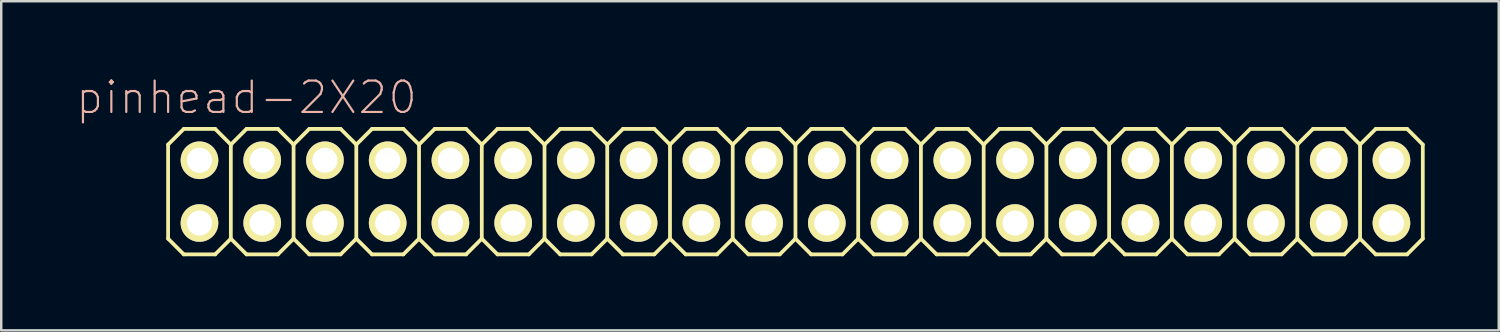
<source format=kicad_pcb>
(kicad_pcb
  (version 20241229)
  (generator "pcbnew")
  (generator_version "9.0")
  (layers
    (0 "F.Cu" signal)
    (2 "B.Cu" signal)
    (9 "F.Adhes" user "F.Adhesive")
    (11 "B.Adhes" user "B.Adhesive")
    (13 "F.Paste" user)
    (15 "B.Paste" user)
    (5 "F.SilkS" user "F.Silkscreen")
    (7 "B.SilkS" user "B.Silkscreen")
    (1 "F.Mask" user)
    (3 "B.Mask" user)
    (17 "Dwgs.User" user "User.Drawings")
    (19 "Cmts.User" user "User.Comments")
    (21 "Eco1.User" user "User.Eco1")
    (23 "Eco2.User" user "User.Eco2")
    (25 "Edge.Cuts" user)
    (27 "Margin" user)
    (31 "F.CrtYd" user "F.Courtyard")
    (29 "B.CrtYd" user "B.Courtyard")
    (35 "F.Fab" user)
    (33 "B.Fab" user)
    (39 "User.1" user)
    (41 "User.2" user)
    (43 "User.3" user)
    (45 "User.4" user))
  (footprint "pinhead-2X20"
    (layer "F.Cu")
    (at 29.156 4.709)
    (property "Reference" "pinhead-2X20" (at -22.225 -3.81 0) (layer "B.SilkS") (effects (font (size 1.27 1.27) (thickness 0.089))))
    (attr exclude_from_pos_files exclude_from_bom)
    (fp_line (start -25.4 -1.905) (end -24.765 -2.54) (stroke (width 0.152) (type solid)) (layer "F.SilkS"))
    (fp_line (start -25.4 1.905) (end -25.4 -1.905) (stroke (width 0.152) (type solid)) (layer "F.SilkS"))
    (fp_line (start -25.4 1.905) (end -24.765 2.54) (stroke (width 0.152) (type solid)) (layer "F.SilkS"))
    (fp_line (start -24.765 -2.54) (end -23.495 -2.54) (stroke (width 0.152) (type solid)) (layer "F.SilkS"))
    (fp_line (start -24.765 2.54) (end -23.495 2.54) (stroke (width 0.152) (type solid)) (layer "F.SilkS"))
    (fp_line (start -24.384 -1.524) (end -23.876 -1.524) (stroke (width 0.066) (type solid)) (layer "F.SilkS"))
    (fp_line (start -24.384 -1.016) (end -24.384 -1.524) (stroke (width 0.066) (type solid)) (layer "F.SilkS"))
    (fp_line (start -24.384 -1.016) (end -23.876 -1.016) (stroke (width 0.066) (type solid)) (layer "F.SilkS"))
    (fp_line (start -24.384 1.016) (end -23.876 1.016) (stroke (width 0.066) (type solid)) (layer "F.SilkS"))
    (fp_line (start -24.384 1.524) (end -24.384 1.016) (stroke (width 0.066) (type solid)) (layer "F.SilkS"))
    (fp_line (start -24.384 1.524) (end -23.876 1.524) (stroke (width 0.066) (type solid)) (layer "F.SilkS"))
    (fp_line (start -23.876 -1.016) (end -23.876 -1.524) (stroke (width 0.066) (type solid)) (layer "F.SilkS"))
    (fp_line (start -23.876 1.524) (end -23.876 1.016) (stroke (width 0.066) (type solid)) (layer "F.SilkS"))
    (fp_line (start -23.495 -2.54) (end -22.86 -1.905) (stroke (width 0.152) (type solid)) (layer "F.SilkS"))
    (fp_line (start -23.495 2.54) (end -22.86 1.905) (stroke (width 0.152) (type solid)) (layer "F.SilkS"))
    (fp_line (start -22.86 -1.905) (end -22.86 1.905) (stroke (width 0.152) (type solid)) (layer "F.SilkS"))
    (fp_line (start -22.86 -1.905) (end -22.225 -2.54) (stroke (width 0.152) (type solid)) (layer "F.SilkS"))
    (fp_line (start -22.86 1.905) (end -22.225 2.54) (stroke (width 0.152) (type solid)) (layer "F.SilkS"))
    (fp_line (start -22.225 -2.54) (end -20.955 -2.54) (stroke (width 0.152) (type solid)) (layer "F.SilkS"))
    (fp_line (start -22.225 2.54) (end -20.955 2.54) (stroke (width 0.152) (type solid)) (layer "F.SilkS"))
    (fp_line (start -21.844 -1.524) (end -21.336 -1.524) (stroke (width 0.066) (type solid)) (layer "F.SilkS"))
    (fp_line (start -21.844 -1.016) (end -21.844 -1.524) (stroke (width 0.066) (type solid)) (layer "F.SilkS"))
    (fp_line (start -21.844 -1.016) (end -21.336 -1.016) (stroke (width 0.066) (type solid)) (layer "F.SilkS"))
    (fp_line (start -21.844 1.016) (end -21.336 1.016) (stroke (width 0.066) (type solid)) (layer "F.SilkS"))
    (fp_line (start -21.844 1.524) (end -21.844 1.016) (stroke (width 0.066) (type solid)) (layer "F.SilkS"))
    (fp_line (start -21.844 1.524) (end -21.336 1.524) (stroke (width 0.066) (type solid)) (layer "F.SilkS"))
    (fp_line (start -21.336 -1.016) (end -21.336 -1.524) (stroke (width 0.066) (type solid)) (layer "F.SilkS"))
    (fp_line (start -21.336 1.524) (end -21.336 1.016) (stroke (width 0.066) (type solid)) (layer "F.SilkS"))
    (fp_line (start -20.955 -2.54) (end -20.32 -1.905) (stroke (width 0.152) (type solid)) (layer "F.SilkS"))
    (fp_line (start -20.955 2.54) (end -20.32 1.905) (stroke (width 0.152) (type solid)) (layer "F.SilkS"))
    (fp_line (start -20.32 -1.905) (end -20.32 1.905) (stroke (width 0.152) (type solid)) (layer "F.SilkS"))
    (fp_line (start -20.32 -1.905) (end -19.685 -2.54) (stroke (width 0.152) (type solid)) (layer "F.SilkS"))
    (fp_line (start -20.32 1.905) (end -19.685 2.54) (stroke (width 0.152) (type solid)) (layer "F.SilkS"))
    (fp_line (start -19.685 -2.54) (end -18.415 -2.54) (stroke (width 0.152) (type solid)) (layer "F.SilkS"))
    (fp_line (start -19.685 2.54) (end -18.415 2.54) (stroke (width 0.152) (type solid)) (layer "F.SilkS"))
    (fp_line (start -19.304 -1.524) (end -18.796 -1.524) (stroke (width 0.066) (type solid)) (layer "F.SilkS"))
    (fp_line (start -19.304 -1.016) (end -19.304 -1.524) (stroke (width 0.066) (type solid)) (layer "F.SilkS"))
    (fp_line (start -19.304 -1.016) (end -18.796 -1.016) (stroke (width 0.066) (type solid)) (layer "F.SilkS"))
    (fp_line (start -19.304 1.016) (end -18.796 1.016) (stroke (width 0.066) (type solid)) (layer "F.SilkS"))
    (fp_line (start -19.304 1.524) (end -19.304 1.016) (stroke (width 0.066) (type solid)) (layer "F.SilkS"))
    (fp_line (start -19.304 1.524) (end -18.796 1.524) (stroke (width 0.066) (type solid)) (layer "F.SilkS"))
    (fp_line (start -18.796 -1.016) (end -18.796 -1.524) (stroke (width 0.066) (type solid)) (layer "F.SilkS"))
    (fp_line (start -18.796 1.524) (end -18.796 1.016) (stroke (width 0.066) (type solid)) (layer "F.SilkS"))
    (fp_line (start -18.415 -2.54) (end -17.78 -1.905) (stroke (width 0.152) (type solid)) (layer "F.SilkS"))
    (fp_line (start -18.415 2.54) (end -17.78 1.905) (stroke (width 0.152) (type solid)) (layer "F.SilkS"))
    (fp_line (start -17.78 -1.905) (end -17.78 1.905) (stroke (width 0.152) (type solid)) (layer "F.SilkS"))
    (fp_line (start -17.78 -1.905) (end -17.145 -2.54) (stroke (width 0.152) (type solid)) (layer "F.SilkS"))
    (fp_line (start -17.78 1.905) (end -17.145 2.54) (stroke (width 0.152) (type solid)) (layer "F.SilkS"))
    (fp_line (start -17.145 -2.54) (end -15.875 -2.54) (stroke (width 0.152) (type solid)) (layer "F.SilkS"))
    (fp_line (start -17.145 2.54) (end -15.875 2.54) (stroke (width 0.152) (type solid)) (layer "F.SilkS"))
    (fp_line (start -16.764 -1.524) (end -16.256 -1.524) (stroke (width 0.066) (type solid)) (layer "F.SilkS"))
    (fp_line (start -16.764 -1.016) (end -16.764 -1.524) (stroke (width 0.066) (type solid)) (layer "F.SilkS"))
    (fp_line (start -16.764 -1.016) (end -16.256 -1.016) (stroke (width 0.066) (type solid)) (layer "F.SilkS"))
    (fp_line (start -16.764 1.016) (end -16.256 1.016) (stroke (width 0.066) (type solid)) (layer "F.SilkS"))
    (fp_line (start -16.764 1.524) (end -16.764 1.016) (stroke (width 0.066) (type solid)) (layer "F.SilkS"))
    (fp_line (start -16.764 1.524) (end -16.256 1.524) (stroke (width 0.066) (type solid)) (layer "F.SilkS"))
    (fp_line (start -16.256 -1.016) (end -16.256 -1.524) (stroke (width 0.066) (type solid)) (layer "F.SilkS"))
    (fp_line (start -16.256 1.524) (end -16.256 1.016) (stroke (width 0.066) (type solid)) (layer "F.SilkS"))
    (fp_line (start -15.875 -2.54) (end -15.24 -1.905) (stroke (width 0.152) (type solid)) (layer "F.SilkS"))
    (fp_line (start -15.875 2.54) (end -15.24 1.905) (stroke (width 0.152) (type solid)) (layer "F.SilkS"))
    (fp_line (start -15.24 -1.905) (end -15.24 1.905) (stroke (width 0.152) (type solid)) (layer "F.SilkS"))
    (fp_line (start -15.24 -1.905) (end -14.605 -2.54) (stroke (width 0.152) (type solid)) (layer "F.SilkS"))
    (fp_line (start -15.24 1.905) (end -14.605 2.54) (stroke (width 0.152) (type solid)) (layer "F.SilkS"))
    (fp_line (start -14.605 -2.54) (end -13.335 -2.54) (stroke (width 0.152) (type solid)) (layer "F.SilkS"))
    (fp_line (start -14.605 2.54) (end -13.335 2.54) (stroke (width 0.152) (type solid)) (layer "F.SilkS"))
    (fp_line (start -14.224 -1.524) (end -13.716 -1.524) (stroke (width 0.066) (type solid)) (layer "F.SilkS"))
    (fp_line (start -14.224 -1.016) (end -14.224 -1.524) (stroke (width 0.066) (type solid)) (layer "F.SilkS"))
    (fp_line (start -14.224 -1.016) (end -13.716 -1.016) (stroke (width 0.066) (type solid)) (layer "F.SilkS"))
    (fp_line (start -14.224 1.016) (end -13.716 1.016) (stroke (width 0.066) (type solid)) (layer "F.SilkS"))
    (fp_line (start -14.224 1.524) (end -14.224 1.016) (stroke (width 0.066) (type solid)) (layer "F.SilkS"))
    (fp_line (start -14.224 1.524) (end -13.716 1.524) (stroke (width 0.066) (type solid)) (layer "F.SilkS"))
    (fp_line (start -13.716 -1.016) (end -13.716 -1.524) (stroke (width 0.066) (type solid)) (layer "F.SilkS"))
    (fp_line (start -13.716 1.524) (end -13.716 1.016) (stroke (width 0.066) (type solid)) (layer "F.SilkS"))
    (fp_line (start -13.335 -2.54) (end -12.7 -1.905) (stroke (width 0.152) (type solid)) (layer "F.SilkS"))
    (fp_line (start -13.335 2.54) (end -12.7 1.905) (stroke (width 0.152) (type solid)) (layer "F.SilkS"))
    (fp_line (start -12.7 -1.905) (end -12.7 1.905) (stroke (width 0.152) (type solid)) (layer "F.SilkS"))
    (fp_line (start -12.7 -1.905) (end -12.065 -2.54) (stroke (width 0.152) (type solid)) (layer "F.SilkS"))
    (fp_line (start -12.7 1.905) (end -12.065 2.54) (stroke (width 0.152) (type solid)) (layer "F.SilkS"))
    (fp_line (start -12.065 -2.54) (end -10.795 -2.54) (stroke (width 0.152) (type solid)) (layer "F.SilkS"))
    (fp_line (start -12.065 2.54) (end -10.795 2.54) (stroke (width 0.152) (type solid)) (layer "F.SilkS"))
    (fp_line (start -11.684 -1.524) (end -11.176 -1.524) (stroke (width 0.066) (type solid)) (layer "F.SilkS"))
    (fp_line (start -11.684 -1.016) (end -11.684 -1.524) (stroke (width 0.066) (type solid)) (layer "F.SilkS"))
    (fp_line (start -11.684 -1.016) (end -11.176 -1.016) (stroke (width 0.066) (type solid)) (layer "F.SilkS"))
    (fp_line (start -11.684 1.016) (end -11.176 1.016) (stroke (width 0.066) (type solid)) (layer "F.SilkS"))
    (fp_line (start -11.684 1.524) (end -11.684 1.016) (stroke (width 0.066) (type solid)) (layer "F.SilkS"))
    (fp_line (start -11.684 1.524) (end -11.176 1.524) (stroke (width 0.066) (type solid)) (layer "F.SilkS"))
    (fp_line (start -11.176 -1.016) (end -11.176 -1.524) (stroke (width 0.066) (type solid)) (layer "F.SilkS"))
    (fp_line (start -11.176 1.524) (end -11.176 1.016) (stroke (width 0.066) (type solid)) (layer "F.SilkS"))
    (fp_line (start -10.795 -2.54) (end -10.16 -1.905) (stroke (width 0.152) (type solid)) (layer "F.SilkS"))
    (fp_line (start -10.795 2.54) (end -10.16 1.905) (stroke (width 0.152) (type solid)) (layer "F.SilkS"))
    (fp_line (start -10.16 -1.905) (end -10.16 1.905) (stroke (width 0.152) (type solid)) (layer "F.SilkS"))
    (fp_line (start -10.16 -1.905) (end -9.525 -2.54) (stroke (width 0.152) (type solid)) (layer "F.SilkS"))
    (fp_line (start -10.16 1.905) (end -9.525 2.54) (stroke (width 0.152) (type solid)) (layer "F.SilkS"))
    (fp_line (start -9.525 -2.54) (end -8.255 -2.54) (stroke (width 0.152) (type solid)) (layer "F.SilkS"))
    (fp_line (start -9.144 -1.524) (end -8.636 -1.524) (stroke (width 0.066) (type solid)) (layer "F.SilkS"))
    (fp_line (start -9.144 -1.016) (end -9.144 -1.524) (stroke (width 0.066) (type solid)) (layer "F.SilkS"))
    (fp_line (start -9.144 -1.016) (end -8.636 -1.016) (stroke (width 0.066) (type solid)) (layer "F.SilkS"))
    (fp_line (start -9.144 1.016) (end -8.636 1.016) (stroke (width 0.066) (type solid)) (layer "F.SilkS"))
    (fp_line (start -9.144 1.524) (end -9.144 1.016) (stroke (width 0.066) (type solid)) (layer "F.SilkS"))
    (fp_line (start -9.144 1.524) (end -8.636 1.524) (stroke (width 0.066) (type solid)) (layer "F.SilkS"))
    (fp_line (start -8.636 -1.016) (end -8.636 -1.524) (stroke (width 0.066) (type solid)) (layer "F.SilkS"))
    (fp_line (start -8.636 1.524) (end -8.636 1.016) (stroke (width 0.066) (type solid)) (layer "F.SilkS"))
    (fp_line (start -8.255 -2.54) (end -7.62 -1.905) (stroke (width 0.152) (type solid)) (layer "F.SilkS"))
    (fp_line (start -8.255 2.54) (end -9.525 2.54) (stroke (width 0.152) (type solid)) (layer "F.SilkS"))
    (fp_line (start -7.62 -1.905) (end -7.62 1.905) (stroke (width 0.152) (type solid)) (layer "F.SilkS"))
    (fp_line (start -7.62 -1.905) (end -6.985 -2.54) (stroke (width 0.152) (type solid)) (layer "F.SilkS"))
    (fp_line (start -7.62 1.905) (end -8.255 2.54) (stroke (width 0.152) (type solid)) (layer "F.SilkS"))
    (fp_line (start -7.62 1.905) (end -6.985 2.54) (stroke (width 0.152) (type solid)) (layer "F.SilkS"))
    (fp_line (start -6.985 -2.54) (end -5.715 -2.54) (stroke (width 0.152) (type solid)) (layer "F.SilkS"))
    (fp_line (start -6.604 -1.524) (end -6.096 -1.524) (stroke (width 0.066) (type solid)) (layer "F.SilkS"))
    (fp_line (start -6.604 -1.016) (end -6.604 -1.524) (stroke (width 0.066) (type solid)) (layer "F.SilkS"))
    (fp_line (start -6.604 -1.016) (end -6.096 -1.016) (stroke (width 0.066) (type solid)) (layer "F.SilkS"))
    (fp_line (start -6.604 1.016) (end -6.096 1.016) (stroke (width 0.066) (type solid)) (layer "F.SilkS"))
    (fp_line (start -6.604 1.524) (end -6.604 1.016) (stroke (width 0.066) (type solid)) (layer "F.SilkS"))
    (fp_line (start -6.604 1.524) (end -6.096 1.524) (stroke (width 0.066) (type solid)) (layer "F.SilkS"))
    (fp_line (start -6.096 -1.016) (end -6.096 -1.524) (stroke (width 0.066) (type solid)) (layer "F.SilkS"))
    (fp_line (start -6.096 1.524) (end -6.096 1.016) (stroke (width 0.066) (type solid)) (layer "F.SilkS"))
    (fp_line (start -5.715 -2.54) (end -5.08 -1.905) (stroke (width 0.152) (type solid)) (layer "F.SilkS"))
    (fp_line (start -5.715 2.54) (end -6.985 2.54) (stroke (width 0.152) (type solid)) (layer "F.SilkS"))
    (fp_line (start -5.08 -1.905) (end -5.08 1.905) (stroke (width 0.152) (type solid)) (layer "F.SilkS"))
    (fp_line (start -5.08 -1.905) (end -4.445 -2.54) (stroke (width 0.152) (type solid)) (layer "F.SilkS"))
    (fp_line (start -5.08 1.905) (end -5.715 2.54) (stroke (width 0.152) (type solid)) (layer "F.SilkS"))
    (fp_line (start -5.08 1.905) (end -4.445 2.54) (stroke (width 0.152) (type solid)) (layer "F.SilkS"))
    (fp_line (start -4.445 -2.54) (end -3.175 -2.54) (stroke (width 0.152) (type solid)) (layer "F.SilkS"))
    (fp_line (start -4.064 -1.524) (end -3.556 -1.524) (stroke (width 0.066) (type solid)) (layer "F.SilkS"))
    (fp_line (start -4.064 -1.016) (end -4.064 -1.524) (stroke (width 0.066) (type solid)) (layer "F.SilkS"))
    (fp_line (start -4.064 -1.016) (end -3.556 -1.016) (stroke (width 0.066) (type solid)) (layer "F.SilkS"))
    (fp_line (start -4.064 1.016) (end -3.556 1.016) (stroke (width 0.066) (type solid)) (layer "F.SilkS"))
    (fp_line (start -4.064 1.524) (end -4.064 1.016) (stroke (width 0.066) (type solid)) (layer "F.SilkS"))
    (fp_line (start -4.064 1.524) (end -3.556 1.524) (stroke (width 0.066) (type solid)) (layer "F.SilkS"))
    (fp_line (start -3.556 -1.016) (end -3.556 -1.524) (stroke (width 0.066) (type solid)) (layer "F.SilkS"))
    (fp_line (start -3.556 1.524) (end -3.556 1.016) (stroke (width 0.066) (type solid)) (layer "F.SilkS"))
    (fp_line (start -3.175 -2.54) (end -2.54 -1.905) (stroke (width 0.152) (type solid)) (layer "F.SilkS"))
    (fp_line (start -3.175 2.54) (end -4.445 2.54) (stroke (width 0.152) (type solid)) (layer "F.SilkS"))
    (fp_line (start -2.54 -1.905) (end -2.54 1.905) (stroke (width 0.152) (type solid)) (layer "F.SilkS"))
    (fp_line (start -2.54 -1.905) (end -1.905 -2.54) (stroke (width 0.152) (type solid)) (layer "F.SilkS"))
    (fp_line (start -2.54 1.905) (end -3.175 2.54) (stroke (width 0.152) (type solid)) (layer "F.SilkS"))
    (fp_line (start -2.54 1.905) (end -1.905 2.54) (stroke (width 0.152) (type solid)) (layer "F.SilkS"))
    (fp_line (start -1.905 -2.54) (end -0.635 -2.54) (stroke (width 0.152) (type solid)) (layer "F.SilkS"))
    (fp_line (start -1.524 -1.524) (end -1.016 -1.524) (stroke (width 0.066) (type solid)) (layer "F.SilkS"))
    (fp_line (start -1.524 -1.016) (end -1.524 -1.524) (stroke (width 0.066) (type solid)) (layer "F.SilkS"))
    (fp_line (start -1.524 -1.016) (end -1.016 -1.016) (stroke (width 0.066) (type solid)) (layer "F.SilkS"))
    (fp_line (start -1.524 1.016) (end -1.016 1.016) (stroke (width 0.066) (type solid)) (layer "F.SilkS"))
    (fp_line (start -1.524 1.524) (end -1.524 1.016) (stroke (width 0.066) (type solid)) (layer "F.SilkS"))
    (fp_line (start -1.524 1.524) (end -1.016 1.524) (stroke (width 0.066) (type solid)) (layer "F.SilkS"))
    (fp_line (start -1.016 -1.016) (end -1.016 -1.524) (stroke (width 0.066) (type solid)) (layer "F.SilkS"))
    (fp_line (start -1.016 1.524) (end -1.016 1.016) (stroke (width 0.066) (type solid)) (layer "F.SilkS"))
    (fp_line (start -0.635 -2.54) (end 0 -1.905) (stroke (width 0.152) (type solid)) (layer "F.SilkS"))
    (fp_line (start -0.635 2.54) (end -1.905 2.54) (stroke (width 0.152) (type solid)) (layer "F.SilkS"))
    (fp_line (start 0 -1.905) (end 0 1.905) (stroke (width 0.152) (type solid)) (layer "F.SilkS"))
    (fp_line (start 0 -1.905) (end 0.635 -2.54) (stroke (width 0.152) (type solid)) (layer "F.SilkS"))
    (fp_line (start 0 1.905) (end -0.635 2.54) (stroke (width 0.152) (type solid)) (layer "F.SilkS"))
    (fp_line (start 0 1.905) (end 0.635 2.54) (stroke (width 0.152) (type solid)) (layer "F.SilkS"))
    (fp_line (start 0.635 -2.54) (end 1.905 -2.54) (stroke (width 0.152) (type solid)) (layer "F.SilkS"))
    (fp_line (start 1.016 -1.524) (end 1.524 -1.524) (stroke (width 0.066) (type solid)) (layer "F.SilkS"))
    (fp_line (start 1.016 -1.016) (end 1.016 -1.524) (stroke (width 0.066) (type solid)) (layer "F.SilkS"))
    (fp_line (start 1.016 -1.016) (end 1.524 -1.016) (stroke (width 0.066) (type solid)) (layer "F.SilkS"))
    (fp_line (start 1.016 1.016) (end 1.524 1.016) (stroke (width 0.066) (type solid)) (layer "F.SilkS"))
    (fp_line (start 1.016 1.524) (end 1.016 1.016) (stroke (width 0.066) (type solid)) (layer "F.SilkS"))
    (fp_line (start 1.016 1.524) (end 1.524 1.524) (stroke (width 0.066) (type solid)) (layer "F.SilkS"))
    (fp_line (start 1.524 -1.016) (end 1.524 -1.524) (stroke (width 0.066) (type solid)) (layer "F.SilkS"))
    (fp_line (start 1.524 1.524) (end 1.524 1.016) (stroke (width 0.066) (type solid)) (layer "F.SilkS"))
    (fp_line (start 1.905 -2.54) (end 2.54 -1.905) (stroke (width 0.152) (type solid)) (layer "F.SilkS"))
    (fp_line (start 1.905 2.54) (end 0.635 2.54) (stroke (width 0.152) (type solid)) (layer "F.SilkS"))
    (fp_line (start 2.54 -1.905) (end 2.54 1.905) (stroke (width 0.152) (type solid)) (layer "F.SilkS"))
    (fp_line (start 2.54 -1.905) (end 3.175 -2.54) (stroke (width 0.152) (type solid)) (layer "F.SilkS"))
    (fp_line (start 2.54 1.905) (end 1.905 2.54) (stroke (width 0.152) (type solid)) (layer "F.SilkS"))
    (fp_line (start 2.54 1.905) (end 3.175 2.54) (stroke (width 0.152) (type solid)) (layer "F.SilkS"))
    (fp_line (start 3.175 -2.54) (end 4.445 -2.54) (stroke (width 0.152) (type solid)) (layer "F.SilkS"))
    (fp_line (start 3.556 -1.524) (end 4.064 -1.524) (stroke (width 0.066) (type solid)) (layer "F.SilkS"))
    (fp_line (start 3.556 -1.016) (end 3.556 -1.524) (stroke (width 0.066) (type solid)) (layer "F.SilkS"))
    (fp_line (start 3.556 -1.016) (end 4.064 -1.016) (stroke (width 0.066) (type solid)) (layer "F.SilkS"))
    (fp_line (start 3.556 1.016) (end 4.064 1.016) (stroke (width 0.066) (type solid)) (layer "F.SilkS"))
    (fp_line (start 3.556 1.524) (end 3.556 1.016) (stroke (width 0.066) (type solid)) (layer "F.SilkS"))
    (fp_line (start 3.556 1.524) (end 4.064 1.524) (stroke (width 0.066) (type solid)) (layer "F.SilkS"))
    (fp_line (start 4.064 -1.016) (end 4.064 -1.524) (stroke (width 0.066) (type solid)) (layer "F.SilkS"))
    (fp_line (start 4.064 1.524) (end 4.064 1.016) (stroke (width 0.066) (type solid)) (layer "F.SilkS"))
    (fp_line (start 4.445 2.54) (end 3.175 2.54) (stroke (width 0.152) (type solid)) (layer "F.SilkS"))
    (fp_line (start 5.08 -1.905) (end 4.445 -2.54) (stroke (width 0.152) (type solid)) (layer "F.SilkS"))
    (fp_line (start 5.08 -1.905) (end 5.08 1.905) (stroke (width 0.152) (type solid)) (layer "F.SilkS"))
    (fp_line (start 5.08 -1.905) (end 5.715 -2.54) (stroke (width 0.152) (type solid)) (layer "F.SilkS"))
    (fp_line (start 5.08 1.905) (end 4.445 2.54) (stroke (width 0.152) (type solid)) (layer "F.SilkS"))
    (fp_line (start 5.08 1.905) (end 5.715 2.54) (stroke (width 0.152) (type solid)) (layer "F.SilkS"))
    (fp_line (start 6.096 -1.524) (end 6.604 -1.524) (stroke (width 0.066) (type solid)) (layer "F.SilkS"))
    (fp_line (start 6.096 -1.016) (end 6.096 -1.524) (stroke (width 0.066) (type solid)) (layer "F.SilkS"))
    (fp_line (start 6.096 -1.016) (end 6.604 -1.016) (stroke (width 0.066) (type solid)) (layer "F.SilkS"))
    (fp_line (start 6.096 1.016) (end 6.604 1.016) (stroke (width 0.066) (type solid)) (layer "F.SilkS"))
    (fp_line (start 6.096 1.524) (end 6.096 1.016) (stroke (width 0.066) (type solid)) (layer "F.SilkS"))
    (fp_line (start 6.096 1.524) (end 6.604 1.524) (stroke (width 0.066) (type solid)) (layer "F.SilkS"))
    (fp_line (start 6.604 -1.016) (end 6.604 -1.524) (stroke (width 0.066) (type solid)) (layer "F.SilkS"))
    (fp_line (start 6.604 1.524) (end 6.604 1.016) (stroke (width 0.066) (type solid)) (layer "F.SilkS"))
    (fp_line (start 6.985 -2.54) (end 5.715 -2.54) (stroke (width 0.152) (type solid)) (layer "F.SilkS"))
    (fp_line (start 6.985 -2.54) (end 7.62 -1.905) (stroke (width 0.152) (type solid)) (layer "F.SilkS"))
    (fp_line (start 6.985 2.54) (end 5.715 2.54) (stroke (width 0.152) (type solid)) (layer "F.SilkS"))
    (fp_line (start 7.62 -1.905) (end 7.62 1.905) (stroke (width 0.152) (type solid)) (layer "F.SilkS"))
    (fp_line (start 7.62 -1.905) (end 8.255 -2.54) (stroke (width 0.152) (type solid)) (layer "F.SilkS"))
    (fp_line (start 7.62 1.905) (end 6.985 2.54) (stroke (width 0.152) (type solid)) (layer "F.SilkS"))
    (fp_line (start 7.62 1.905) (end 8.255 2.54) (stroke (width 0.152) (type solid)) (layer "F.SilkS"))
    (fp_line (start 8.636 -1.524) (end 9.144 -1.524) (stroke (width 0.066) (type solid)) (layer "F.SilkS"))
    (fp_line (start 8.636 -1.016) (end 8.636 -1.524) (stroke (width 0.066) (type solid)) (layer "F.SilkS"))
    (fp_line (start 8.636 -1.016) (end 9.144 -1.016) (stroke (width 0.066) (type solid)) (layer "F.SilkS"))
    (fp_line (start 8.636 1.016) (end 9.144 1.016) (stroke (width 0.066) (type solid)) (layer "F.SilkS"))
    (fp_line (start 8.636 1.524) (end 8.636 1.016) (stroke (width 0.066) (type solid)) (layer "F.SilkS"))
    (fp_line (start 8.636 1.524) (end 9.144 1.524) (stroke (width 0.066) (type solid)) (layer "F.SilkS"))
    (fp_line (start 9.144 -1.016) (end 9.144 -1.524) (stroke (width 0.066) (type solid)) (layer "F.SilkS"))
    (fp_line (start 9.144 1.524) (end 9.144 1.016) (stroke (width 0.066) (type solid)) (layer "F.SilkS"))
    (fp_line (start 9.525 -2.54) (end 8.255 -2.54) (stroke (width 0.152) (type solid)) (layer "F.SilkS"))
    (fp_line (start 9.525 -2.54) (end 10.16 -1.905) (stroke (width 0.152) (type solid)) (layer "F.SilkS"))
    (fp_line (start 9.525 2.54) (end 8.255 2.54) (stroke (width 0.152) (type solid)) (layer "F.SilkS"))
    (fp_line (start 10.16 -1.905) (end 10.16 1.905) (stroke (width 0.152) (type solid)) (layer "F.SilkS"))
    (fp_line (start 10.16 -1.905) (end 10.795 -2.54) (stroke (width 0.152) (type solid)) (layer "F.SilkS"))
    (fp_line (start 10.16 1.905) (end 9.525 2.54) (stroke (width 0.152) (type solid)) (layer "F.SilkS"))
    (fp_line (start 10.795 2.54) (end 10.16 1.905) (stroke (width 0.152) (type solid)) (layer "F.SilkS"))
    (fp_line (start 10.795 2.54) (end 12.065 2.54) (stroke (width 0.152) (type solid)) (layer "F.SilkS"))
    (fp_line (start 11.176 -1.524) (end 11.684 -1.524) (stroke (width 0.066) (type solid)) (layer "F.SilkS"))
    (fp_line (start 11.176 -1.016) (end 11.176 -1.524) (stroke (width 0.066) (type solid)) (layer "F.SilkS"))
    (fp_line (start 11.176 -1.016) (end 11.684 -1.016) (stroke (width 0.066) (type solid)) (layer "F.SilkS"))
    (fp_line (start 11.176 1.016) (end 11.684 1.016) (stroke (width 0.066) (type solid)) (layer "F.SilkS"))
    (fp_line (start 11.176 1.524) (end 11.176 1.016) (stroke (width 0.066) (type solid)) (layer "F.SilkS"))
    (fp_line (start 11.176 1.524) (end 11.684 1.524) (stroke (width 0.066) (type solid)) (layer "F.SilkS"))
    (fp_line (start 11.684 -1.016) (end 11.684 -1.524) (stroke (width 0.066) (type solid)) (layer "F.SilkS"))
    (fp_line (start 11.684 1.524) (end 11.684 1.016) (stroke (width 0.066) (type solid)) (layer "F.SilkS"))
    (fp_line (start 12.065 -2.54) (end 10.795 -2.54) (stroke (width 0.152) (type solid)) (layer "F.SilkS"))
    (fp_line (start 12.065 -2.54) (end 12.7 -1.905) (stroke (width 0.152) (type solid)) (layer "F.SilkS"))
    (fp_line (start 12.7 -1.905) (end 12.7 1.905) (stroke (width 0.152) (type solid)) (layer "F.SilkS"))
    (fp_line (start 12.7 -1.905) (end 13.335 -2.54) (stroke (width 0.152) (type solid)) (layer "F.SilkS"))
    (fp_line (start 12.7 1.905) (end 12.065 2.54) (stroke (width 0.152) (type solid)) (layer "F.SilkS"))
    (fp_line (start 13.335 2.54) (end 12.7 1.905) (stroke (width 0.152) (type solid)) (layer "F.SilkS"))
    (fp_line (start 13.335 2.54) (end 14.605 2.54) (stroke (width 0.152) (type solid)) (layer "F.SilkS"))
    (fp_line (start 13.716 -1.524) (end 14.224 -1.524) (stroke (width 0.066) (type solid)) (layer "F.SilkS"))
    (fp_line (start 13.716 -1.016) (end 13.716 -1.524) (stroke (width 0.066) (type solid)) (layer "F.SilkS"))
    (fp_line (start 13.716 -1.016) (end 14.224 -1.016) (stroke (width 0.066) (type solid)) (layer "F.SilkS"))
    (fp_line (start 13.716 1.016) (end 14.224 1.016) (stroke (width 0.066) (type solid)) (layer "F.SilkS"))
    (fp_line (start 13.716 1.524) (end 13.716 1.016) (stroke (width 0.066) (type solid)) (layer "F.SilkS"))
    (fp_line (start 13.716 1.524) (end 14.224 1.524) (stroke (width 0.066) (type solid)) (layer "F.SilkS"))
    (fp_line (start 14.224 -1.016) (end 14.224 -1.524) (stroke (width 0.066) (type solid)) (layer "F.SilkS"))
    (fp_line (start 14.224 1.524) (end 14.224 1.016) (stroke (width 0.066) (type solid)) (layer "F.SilkS"))
    (fp_line (start 14.605 -2.54) (end 13.335 -2.54) (stroke (width 0.152) (type solid)) (layer "F.SilkS"))
    (fp_line (start 14.605 -2.54) (end 15.24 -1.905) (stroke (width 0.152) (type solid)) (layer "F.SilkS"))
    (fp_line (start 15.24 -1.905) (end 15.24 1.905) (stroke (width 0.152) (type solid)) (layer "F.SilkS"))
    (fp_line (start 15.24 -1.905) (end 15.875 -2.54) (stroke (width 0.152) (type solid)) (layer "F.SilkS"))
    (fp_line (start 15.24 1.905) (end 14.605 2.54) (stroke (width 0.152) (type solid)) (layer "F.SilkS"))
    (fp_line (start 15.24 1.905) (end 15.875 2.54) (stroke (width 0.152) (type solid)) (layer "F.SilkS"))
    (fp_line (start 16.256 -1.524) (end 16.764 -1.524) (stroke (width 0.066) (type solid)) (layer "F.SilkS"))
    (fp_line (start 16.256 -1.016) (end 16.256 -1.524) (stroke (width 0.066) (type solid)) (layer "F.SilkS"))
    (fp_line (start 16.256 -1.016) (end 16.764 -1.016) (stroke (width 0.066) (type solid)) (layer "F.SilkS"))
    (fp_line (start 16.256 1.016) (end 16.764 1.016) (stroke (width 0.066) (type solid)) (layer "F.SilkS"))
    (fp_line (start 16.256 1.524) (end 16.256 1.016) (stroke (width 0.066) (type solid)) (layer "F.SilkS"))
    (fp_line (start 16.256 1.524) (end 16.764 1.524) (stroke (width 0.066) (type solid)) (layer "F.SilkS"))
    (fp_line (start 16.764 -1.016) (end 16.764 -1.524) (stroke (width 0.066) (type solid)) (layer "F.SilkS"))
    (fp_line (start 16.764 1.524) (end 16.764 1.016) (stroke (width 0.066) (type solid)) (layer "F.SilkS"))
    (fp_line (start 17.145 -2.54) (end 15.875 -2.54) (stroke (width 0.152) (type solid)) (layer "F.SilkS"))
    (fp_line (start 17.145 -2.54) (end 17.78 -1.905) (stroke (width 0.152) (type solid)) (layer "F.SilkS"))
    (fp_line (start 17.145 2.54) (end 15.875 2.54) (stroke (width 0.152) (type solid)) (layer "F.SilkS"))
    (fp_line (start 17.78 -1.905) (end 17.78 1.905) (stroke (width 0.152) (type solid)) (layer "F.SilkS"))
    (fp_line (start 17.78 -1.905) (end 18.415 -2.54) (stroke (width 0.152) (type solid)) (layer "F.SilkS"))
    (fp_line (start 17.78 1.905) (end 17.145 2.54) (stroke (width 0.152) (type solid)) (layer "F.SilkS"))
    (fp_line (start 17.78 1.905) (end 18.415 2.54) (stroke (width 0.152) (type solid)) (layer "F.SilkS"))
    (fp_line (start 18.796 -1.524) (end 19.304 -1.524) (stroke (width 0.066) (type solid)) (layer "F.SilkS"))
    (fp_line (start 18.796 -1.016) (end 18.796 -1.524) (stroke (width 0.066) (type solid)) (layer "F.SilkS"))
    (fp_line (start 18.796 -1.016) (end 19.304 -1.016) (stroke (width 0.066) (type solid)) (layer "F.SilkS"))
    (fp_line (start 18.796 1.016) (end 19.304 1.016) (stroke (width 0.066) (type solid)) (layer "F.SilkS"))
    (fp_line (start 18.796 1.524) (end 18.796 1.016) (stroke (width 0.066) (type solid)) (layer "F.SilkS"))
    (fp_line (start 18.796 1.524) (end 19.304 1.524) (stroke (width 0.066) (type solid)) (layer "F.SilkS"))
    (fp_line (start 19.304 -1.016) (end 19.304 -1.524) (stroke (width 0.066) (type solid)) (layer "F.SilkS"))
    (fp_line (start 19.304 1.524) (end 19.304 1.016) (stroke (width 0.066) (type solid)) (layer "F.SilkS"))
    (fp_line (start 19.685 -2.54) (end 18.415 -2.54) (stroke (width 0.152) (type solid)) (layer "F.SilkS"))
    (fp_line (start 19.685 -2.54) (end 20.32 -1.905) (stroke (width 0.152) (type solid)) (layer "F.SilkS"))
    (fp_line (start 19.685 2.54) (end 18.415 2.54) (stroke (width 0.152) (type solid)) (layer "F.SilkS"))
    (fp_line (start 20.32 -1.905) (end 20.32 1.905) (stroke (width 0.152) (type solid)) (layer "F.SilkS"))
    (fp_line (start 20.32 -1.905) (end 20.955 -2.54) (stroke (width 0.152) (type solid)) (layer "F.SilkS"))
    (fp_line (start 20.32 1.905) (end 19.685 2.54) (stroke (width 0.152) (type solid)) (layer "F.SilkS"))
    (fp_line (start 20.32 1.905) (end 20.955 2.54) (stroke (width 0.152) (type solid)) (layer "F.SilkS"))
    (fp_line (start 21.336 -1.524) (end 21.844 -1.524) (stroke (width 0.066) (type solid)) (layer "F.SilkS"))
    (fp_line (start 21.336 -1.016) (end 21.336 -1.524) (stroke (width 0.066) (type solid)) (layer "F.SilkS"))
    (fp_line (start 21.336 -1.016) (end 21.844 -1.016) (stroke (width 0.066) (type solid)) (layer "F.SilkS"))
    (fp_line (start 21.336 1.016) (end 21.844 1.016) (stroke (width 0.066) (type solid)) (layer "F.SilkS"))
    (fp_line (start 21.336 1.524) (end 21.336 1.016) (stroke (width 0.066) (type solid)) (layer "F.SilkS"))
    (fp_line (start 21.336 1.524) (end 21.844 1.524) (stroke (width 0.066) (type solid)) (layer "F.SilkS"))
    (fp_line (start 21.844 -1.016) (end 21.844 -1.524) (stroke (width 0.066) (type solid)) (layer "F.SilkS"))
    (fp_line (start 21.844 1.524) (end 21.844 1.016) (stroke (width 0.066) (type solid)) (layer "F.SilkS"))
    (fp_line (start 22.225 -2.54) (end 20.955 -2.54) (stroke (width 0.152) (type solid)) (layer "F.SilkS"))
    (fp_line (start 22.225 -2.54) (end 22.86 -1.905) (stroke (width 0.152) (type solid)) (layer "F.SilkS"))
    (fp_line (start 22.225 2.54) (end 20.955 2.54) (stroke (width 0.152) (type solid)) (layer "F.SilkS"))
    (fp_line (start 22.86 -1.905) (end 22.86 1.905) (stroke (width 0.152) (type solid)) (layer "F.SilkS"))
    (fp_line (start 22.86 -1.905) (end 23.495 -2.54) (stroke (width 0.152) (type solid)) (layer "F.SilkS"))
    (fp_line (start 22.86 1.905) (end 22.225 2.54) (stroke (width 0.152) (type solid)) (layer "F.SilkS"))
    (fp_line (start 22.86 1.905) (end 23.495 2.54) (stroke (width 0.152) (type solid)) (layer "F.SilkS"))
    (fp_line (start 23.876 -1.524) (end 24.384 -1.524) (stroke (width 0.066) (type solid)) (layer "F.SilkS"))
    (fp_line (start 23.876 -1.016) (end 23.876 -1.524) (stroke (width 0.066) (type solid)) (layer "F.SilkS"))
    (fp_line (start 23.876 -1.016) (end 24.384 -1.016) (stroke (width 0.066) (type solid)) (layer "F.SilkS"))
    (fp_line (start 23.876 1.016) (end 24.384 1.016) (stroke (width 0.066) (type solid)) (layer "F.SilkS"))
    (fp_line (start 23.876 1.524) (end 23.876 1.016) (stroke (width 0.066) (type solid)) (layer "F.SilkS"))
    (fp_line (start 23.876 1.524) (end 24.384 1.524) (stroke (width 0.066) (type solid)) (layer "F.SilkS"))
    (fp_line (start 24.384 -1.016) (end 24.384 -1.524) (stroke (width 0.066) (type solid)) (layer "F.SilkS"))
    (fp_line (start 24.384 1.524) (end 24.384 1.016) (stroke (width 0.066) (type solid)) (layer "F.SilkS"))
    (fp_line (start 24.765 -2.54) (end 23.495 -2.54) (stroke (width 0.152) (type solid)) (layer "F.SilkS"))
    (fp_line (start 24.765 -2.54) (end 25.4 -1.905) (stroke (width 0.152) (type solid)) (layer "F.SilkS"))
    (fp_line (start 24.765 2.54) (end 23.495 2.54) (stroke (width 0.152) (type solid)) (layer "F.SilkS"))
    (fp_line (start 25.4 -1.905) (end 25.4 1.905) (stroke (width 0.152) (type solid)) (layer "F.SilkS"))
    (fp_line (start 25.4 1.905) (end 24.765 2.54) (stroke (width 0.152) (type solid)) (layer "F.SilkS"))
    (pad "1" thru_hole circle (at -24.13 1.27) (size 1.524 1.524) (drill 1.016) (layers "*.Cu" "F.Mask" "F.SilkS" "F.Paste"))
    (pad "2" thru_hole circle (at -24.13 -1.27) (size 1.524 1.524) (drill 1.016) (layers "*.Cu" "F.Mask" "F.SilkS" "F.Paste"))
    (pad "3" thru_hole circle (at -21.59 1.27) (size 1.524 1.524) (drill 1.016) (layers "*.Cu" "F.Mask" "F.SilkS" "F.Paste"))
    (pad "4" thru_hole circle (at -21.59 -1.27) (size 1.524 1.524) (drill 1.016) (layers "*.Cu" "F.Mask" "F.SilkS" "F.Paste"))
    (pad "5" thru_hole circle (at -19.05 1.27) (size 1.524 1.524) (drill 1.016) (layers "*.Cu" "F.Mask" "F.SilkS" "F.Paste"))
    (pad "6" thru_hole circle (at -19.05 -1.27) (size 1.524 1.524) (drill 1.016) (layers "*.Cu" "F.Mask" "F.SilkS" "F.Paste"))
    (pad "7" thru_hole circle (at -16.51 1.27) (size 1.524 1.524) (drill 1.016) (layers "*.Cu" "F.Mask" "F.SilkS" "F.Paste"))
    (pad "8" thru_hole circle (at -16.51 -1.27) (size 1.524 1.524) (drill 1.016) (layers "*.Cu" "F.Mask" "F.SilkS" "F.Paste"))
    (pad "9" thru_hole circle (at -13.97 1.27) (size 1.524 1.524) (drill 1.016) (layers "*.Cu" "F.Mask" "F.SilkS" "F.Paste"))
    (pad "10" thru_hole circle (at -13.97 -1.27) (size 1.524 1.524) (drill 1.016) (layers "*.Cu" "F.Mask" "F.SilkS" "F.Paste"))
    (pad "11" thru_hole circle (at -11.43 1.27) (size 1.524 1.524) (drill 1.016) (layers "*.Cu" "F.Mask" "F.SilkS" "F.Paste"))
    (pad "12" thru_hole circle (at -11.43 -1.27) (size 1.524 1.524) (drill 1.016) (layers "*.Cu" "F.Mask" "F.SilkS" "F.Paste"))
    (pad "13" thru_hole circle (at -8.89 1.27) (size 1.524 1.524) (drill 1.016) (layers "*.Cu" "F.Mask" "F.SilkS" "F.Paste"))
    (pad "14" thru_hole circle (at -8.89 -1.27) (size 1.524 1.524) (drill 1.016) (layers "*.Cu" "F.Mask" "F.SilkS" "F.Paste"))
    (pad "15" thru_hole circle (at -6.35 1.27) (size 1.524 1.524) (drill 1.016) (layers "*.Cu" "F.Mask" "F.SilkS" "F.Paste"))
    (pad "16" thru_hole circle (at -6.35 -1.27) (size 1.524 1.524) (drill 1.016) (layers "*.Cu" "F.Mask" "F.SilkS" "F.Paste"))
    (pad "17" thru_hole circle (at -3.81 1.27) (size 1.524 1.524) (drill 1.016) (layers "*.Cu" "F.Mask" "F.SilkS" "F.Paste"))
    (pad "18" thru_hole circle (at -3.81 -1.27) (size 1.524 1.524) (drill 1.016) (layers "*.Cu" "F.Mask" "F.SilkS" "F.Paste"))
    (pad "19" thru_hole circle (at -1.27 1.27) (size 1.524 1.524) (drill 1.016) (layers "*.Cu" "F.Mask" "F.SilkS" "F.Paste"))
    (pad "20" thru_hole circle (at -1.27 -1.27) (size 1.524 1.524) (drill 1.016) (layers "*.Cu" "F.Mask" "F.SilkS" "F.Paste"))
    (pad "21" thru_hole circle (at 1.27 1.27) (size 1.524 1.524) (drill 1.016) (layers "*.Cu" "F.Mask" "F.SilkS" "F.Paste"))
    (pad "22" thru_hole circle (at 1.27 -1.27) (size 1.524 1.524) (drill 1.016) (layers "*.Cu" "F.Mask" "F.SilkS" "F.Paste"))
    (pad "23" thru_hole circle (at 3.81 1.27) (size 1.524 1.524) (drill 1.016) (layers "*.Cu" "F.Mask" "F.SilkS" "F.Paste"))
    (pad "24" thru_hole circle (at 3.81 -1.27) (size 1.524 1.524) (drill 1.016) (layers "*.Cu" "F.Mask" "F.SilkS" "F.Paste"))
    (pad "25" thru_hole circle (at 6.35 1.27) (size 1.524 1.524) (drill 1.016) (layers "*.Cu" "F.Mask" "F.SilkS" "F.Paste"))
    (pad "26" thru_hole circle (at 6.35 -1.27) (size 1.524 1.524) (drill 1.016) (layers "*.Cu" "F.Mask" "F.SilkS" "F.Paste"))
    (pad "27" thru_hole circle (at 8.89 1.27) (size 1.524 1.524) (drill 1.016) (layers "*.Cu" "F.Mask" "F.SilkS" "F.Paste"))
    (pad "28" thru_hole circle (at 8.89 -1.27) (size 1.524 1.524) (drill 1.016) (layers "*.Cu" "F.Mask" "F.SilkS" "F.Paste"))
    (pad "29" thru_hole circle (at 11.43 1.27) (size 1.524 1.524) (drill 1.016) (layers "*.Cu" "F.Mask" "F.SilkS" "F.Paste"))
    (pad "30" thru_hole circle (at 11.43 -1.27) (size 1.524 1.524) (drill 1.016) (layers "*.Cu" "F.Mask" "F.SilkS" "F.Paste"))
    (pad "31" thru_hole circle (at 13.97 1.27) (size 1.524 1.524) (drill 1.016) (layers "*.Cu" "F.Mask" "F.SilkS" "F.Paste"))
    (pad "32" thru_hole circle (at 13.97 -1.27) (size 1.524 1.524) (drill 1.016) (layers "*.Cu" "F.Mask" "F.SilkS" "F.Paste"))
    (pad "33" thru_hole circle (at 16.51 1.27) (size 1.524 1.524) (drill 1.016) (layers "*.Cu" "F.Mask" "F.SilkS" "F.Paste"))
    (pad "34" thru_hole circle (at 16.51 -1.27) (size 1.524 1.524) (drill 1.016) (layers "*.Cu" "F.Mask" "F.SilkS" "F.Paste"))
    (pad "35" thru_hole circle (at 19.05 1.27) (size 1.524 1.524) (drill 1.016) (layers "*.Cu" "F.Mask" "F.SilkS" "F.Paste"))
    (pad "36" thru_hole circle (at 19.05 -1.27) (size 1.524 1.524) (drill 1.016) (layers "*.Cu" "F.Mask" "F.SilkS" "F.Paste"))
    (pad "37" thru_hole circle (at 21.59 1.27) (size 1.524 1.524) (drill 1.016) (layers "*.Cu" "F.Mask" "F.SilkS" "F.Paste"))
    (pad "38" thru_hole circle (at 21.59 -1.27) (size 1.524 1.524) (drill 1.016) (layers "*.Cu" "F.Mask" "F.SilkS" "F.Paste"))
    (pad "39" thru_hole circle (at 24.13 1.27) (size 1.524 1.524) (drill 1.016) (layers "*.Cu" "F.Mask" "F.SilkS" "F.Paste"))
    (pad "40" thru_hole circle (at 24.13 -1.27) (size 1.524 1.524) (drill 1.016) (layers "*.Cu" "F.Mask" "F.SilkS" "F.Paste")))
  (gr_rect
    (start -3 -3)
    (end 57.632 10.325)
    (stroke (width 0.1) (type default))
    (fill no)
    (layer "Edge.Cuts")))
</source>
